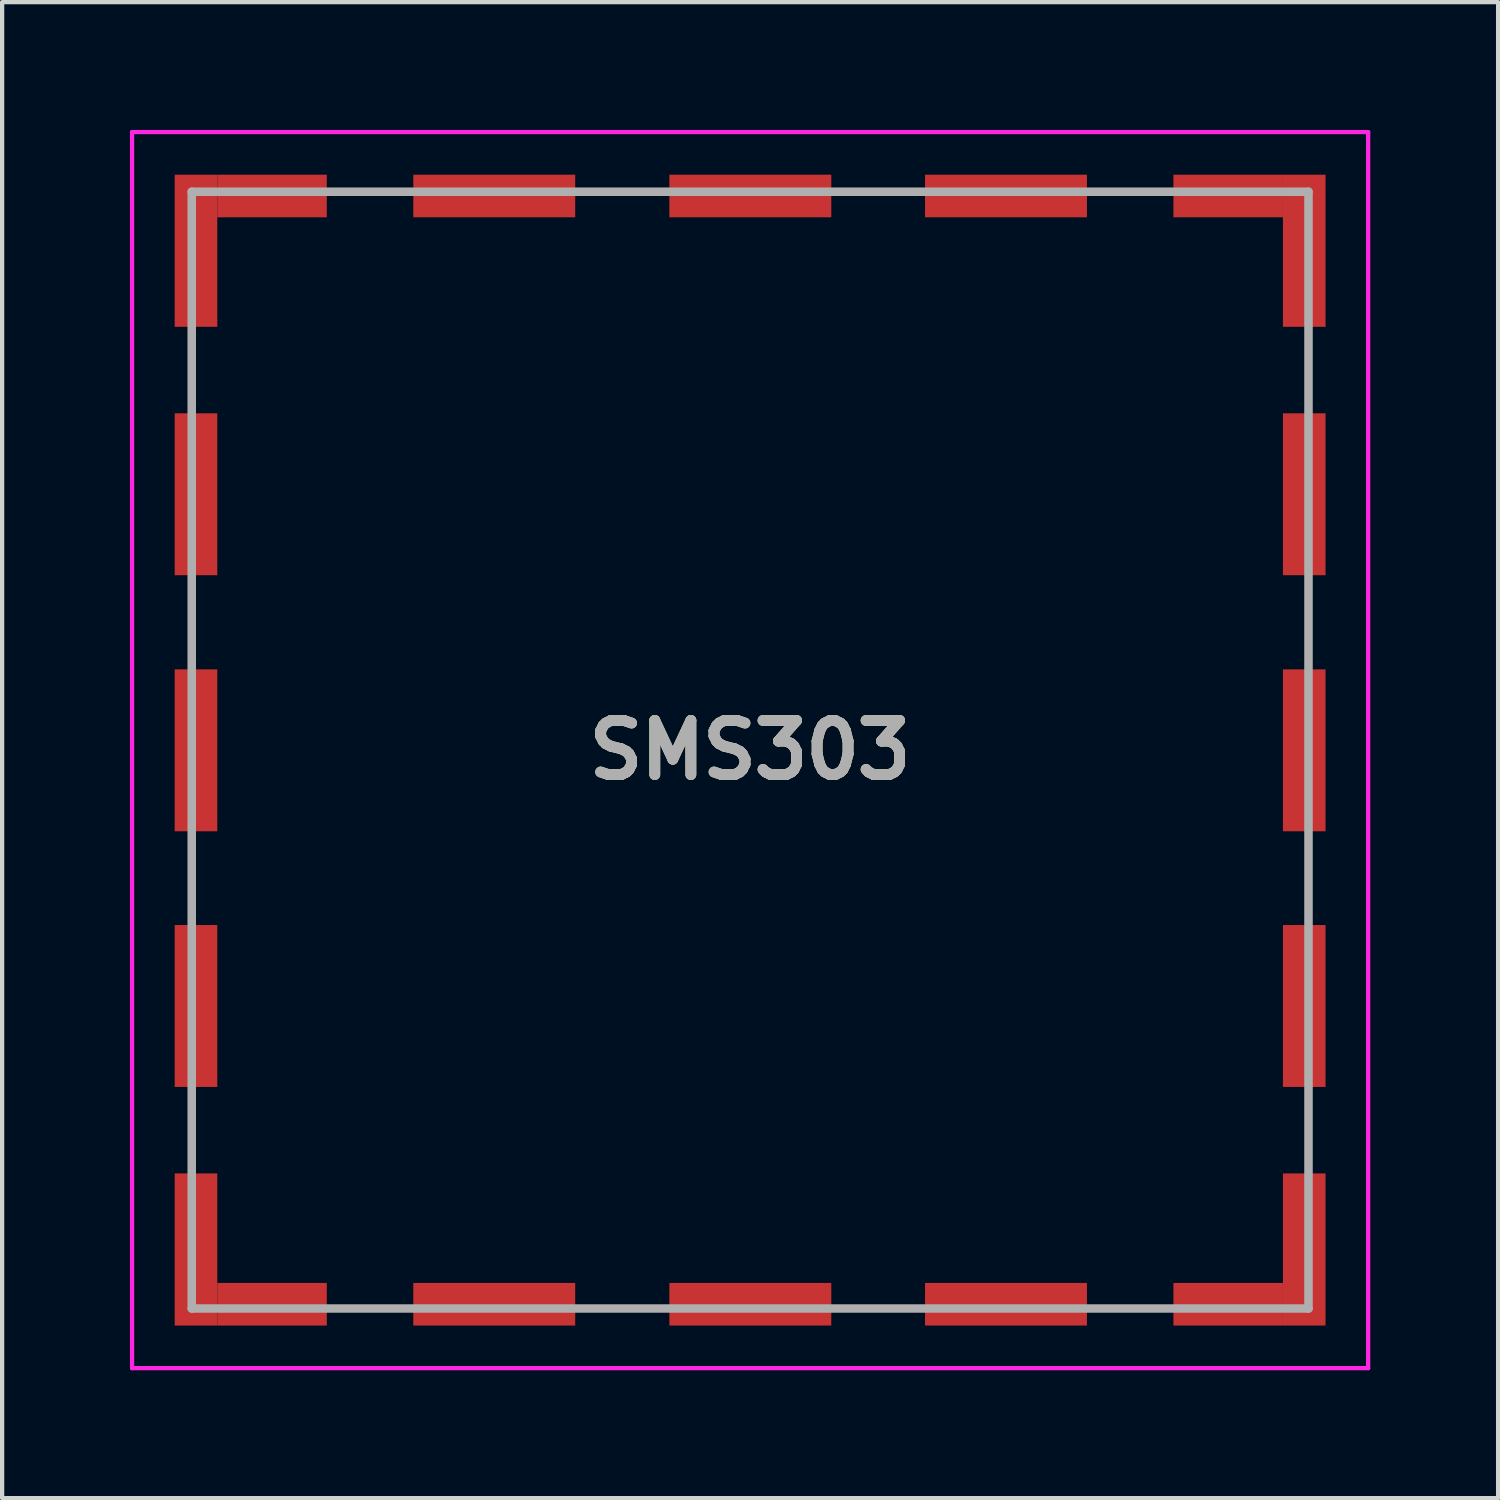
<source format=kicad_pcb>
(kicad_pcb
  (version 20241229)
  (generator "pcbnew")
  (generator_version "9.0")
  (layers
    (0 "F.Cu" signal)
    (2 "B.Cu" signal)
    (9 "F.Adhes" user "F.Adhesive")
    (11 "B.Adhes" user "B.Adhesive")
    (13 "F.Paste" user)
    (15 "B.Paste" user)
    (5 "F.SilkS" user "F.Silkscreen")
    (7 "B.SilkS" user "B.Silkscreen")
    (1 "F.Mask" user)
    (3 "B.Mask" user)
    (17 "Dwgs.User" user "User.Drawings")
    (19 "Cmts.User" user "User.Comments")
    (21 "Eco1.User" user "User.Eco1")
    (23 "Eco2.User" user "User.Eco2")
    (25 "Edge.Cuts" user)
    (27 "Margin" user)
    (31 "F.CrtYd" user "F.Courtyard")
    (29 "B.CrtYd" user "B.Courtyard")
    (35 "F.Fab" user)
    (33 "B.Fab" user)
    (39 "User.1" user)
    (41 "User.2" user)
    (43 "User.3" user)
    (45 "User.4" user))
  (footprint "SMS303"
    (layer "F.Cu")
    (at 14.555 14.555)
    (property "Reference" "SMS303" (at 0 0 0) (layer "F.SilkS") (effects (font (size 1.27 1.27) (thickness 0.254))))
    (attr smd)
    (fp_line (start -13.105 -9.5) (end -13.105 -8.5) (stroke (width 0.1) (type solid)) (layer "F.SilkS"))
    (fp_line (start -13.105 -3.5) (end -13.105 -2.5) (stroke (width 0.1) (type solid)) (layer "F.SilkS"))
    (fp_line (start -13.105 2.5) (end -13.105 3.5) (stroke (width 0.1) (type solid)) (layer "F.SilkS"))
    (fp_line (start -13.105 8.5) (end -13.105 9.5) (stroke (width 0.1) (type solid)) (layer "F.SilkS"))
    (fp_line (start -9.5 -13.105) (end -8.5 -13.105) (stroke (width 0.1) (type solid)) (layer "F.SilkS"))
    (fp_line (start -9 13.105) (end -8.5 13.105) (stroke (width 0.1) (type solid)) (layer "F.SilkS"))
    (fp_line (start -3.5 -13.105) (end -2.5 -13.105) (stroke (width 0.1) (type solid)) (layer "F.SilkS"))
    (fp_line (start -3.5 13.105) (end -2.5 13.105) (stroke (width 0.1) (type solid)) (layer "F.SilkS"))
    (fp_line (start 2.5 -13.105) (end 3.5 -13.105) (stroke (width 0.1) (type solid)) (layer "F.SilkS"))
    (fp_line (start 2.5 13.105) (end 3.5 13.105) (stroke (width 0.1) (type solid)) (layer "F.SilkS"))
    (fp_line (start 8.5 -13.105) (end 9.5 -13.105) (stroke (width 0.1) (type solid)) (layer "F.SilkS"))
    (fp_line (start 8.5 13.105) (end 9.5 13.105) (stroke (width 0.1) (type solid)) (layer "F.SilkS"))
    (fp_line (start 13.105 -8.5) (end 13.105 -9.5) (stroke (width 0.1) (type solid)) (layer "F.SilkS"))
    (fp_line (start 13.105 -2.5) (end 13.105 -3.5) (stroke (width 0.1) (type solid)) (layer "F.SilkS"))
    (fp_line (start 13.105 3.5) (end 13.105 2.5) (stroke (width 0.1) (type solid)) (layer "F.SilkS"))
    (fp_line (start 13.105 9.5) (end 13.105 8.5) (stroke (width 0.1) (type solid)) (layer "F.SilkS"))
    (fp_line (start -14.505 -14.505) (end 14.505 -14.505) (stroke (width 0.1) (type solid)) (layer "F.CrtYd"))
    (fp_line (start -14.505 14.505) (end -14.505 -14.505) (stroke (width 0.1) (type solid)) (layer "F.CrtYd"))
    (fp_line (start 14.505 -14.505) (end 14.505 14.505) (stroke (width 0.1) (type solid)) (layer "F.CrtYd"))
    (fp_line (start 14.505 14.505) (end -14.505 14.505) (stroke (width 0.1) (type solid)) (layer "F.CrtYd"))
    (fp_line (start -13.105 -13.105) (end 13.105 -13.105) (stroke (width 0.2) (type solid)) (layer "F.Fab"))
    (fp_line (start -13.105 13.105) (end -13.105 -13.105) (stroke (width 0.2) (type solid)) (layer "F.Fab"))
    (fp_line (start 13.105 -13.105) (end 13.105 13.105) (stroke (width 0.2) (type solid)) (layer "F.Fab"))
    (fp_line (start 13.105 13.105) (end -13.105 13.105) (stroke (width 0.2) (type solid)) (layer "F.Fab"))
    (fp_text user "${REFERENCE}" (at 0 0 0) (layer "F.Fab") (effects (font (size 1.27 1.27) (thickness 0.254))))
    (pad "1" smd rect (at -13.005 -11.72) (size 1 3.57) (layers "F.Cu" "F.Mask" "F.Paste"))
    (pad "2" smd rect (at -13.005 -6.005) (size 1 3.8) (layers "F.Cu" "F.Mask" "F.Paste"))
    (pad "3" smd rect (at -13.005 0.005) (size 1 3.8) (layers "F.Cu" "F.Mask" "F.Paste"))
    (pad "4" smd rect (at -13.005 6.005) (size 1 3.8) (layers "F.Cu" "F.Mask" "F.Paste"))
    (pad "5" smd rect (at -13.005 11.72) (size 1 3.57) (layers "F.Cu" "F.Mask" "F.Paste"))
    (pad "6" smd rect (at -11.22 13.005 90) (size 1 2.57) (layers "F.Cu" "F.Mask" "F.Paste"))
    (pad "7" smd rect (at -6.005 13.005 90) (size 1 3.8) (layers "F.Cu" "F.Mask" "F.Paste"))
    (pad "8" smd rect (at 0.005 13.005 90) (size 1 3.8) (layers "F.Cu" "F.Mask" "F.Paste"))
    (pad "9" smd rect (at 6.005 13.005 90) (size 1 3.8) (layers "F.Cu" "F.Mask" "F.Paste"))
    (pad "10" smd rect (at 11.22 13.005 90) (size 1 2.57) (layers "F.Cu" "F.Mask" "F.Paste"))
    (pad "11" smd rect (at 13.005 11.72) (size 1 3.57) (layers "F.Cu" "F.Mask" "F.Paste"))
    (pad "12" smd rect (at 13.005 6.005) (size 1 3.8) (layers "F.Cu" "F.Mask" "F.Paste"))
    (pad "13" smd rect (at 13.005 0.005) (size 1 3.8) (layers "F.Cu" "F.Mask" "F.Paste"))
    (pad "14" smd rect (at 13.005 -6.005) (size 1 3.8) (layers "F.Cu" "F.Mask" "F.Paste"))
    (pad "15" smd rect (at 13.005 -11.72) (size 1 3.57) (layers "F.Cu" "F.Mask" "F.Paste"))
    (pad "16" smd rect (at 11.22 -13.005 90) (size 1 2.57) (layers "F.Cu" "F.Mask" "F.Paste"))
    (pad "17" smd rect (at 6.005 -13.005 90) (size 1 3.8) (layers "F.Cu" "F.Mask" "F.Paste"))
    (pad "18" smd rect (at 0.005 -13.005 90) (size 1 3.8) (layers "F.Cu" "F.Mask" "F.Paste"))
    (pad "19" smd rect (at -6.005 -13.005 90) (size 1 3.8) (layers "F.Cu" "F.Mask" "F.Paste"))
    (pad "20" smd rect (at -11.22 -13.005 90) (size 1 2.57) (layers "F.Cu" "F.Mask" "F.Paste")))
  (gr_rect
    (start -3 -3)
    (end 32.11 32.11)
    (stroke (width 0.1) (type default))
    (fill no)
    (layer "Edge.Cuts")))
</source>
